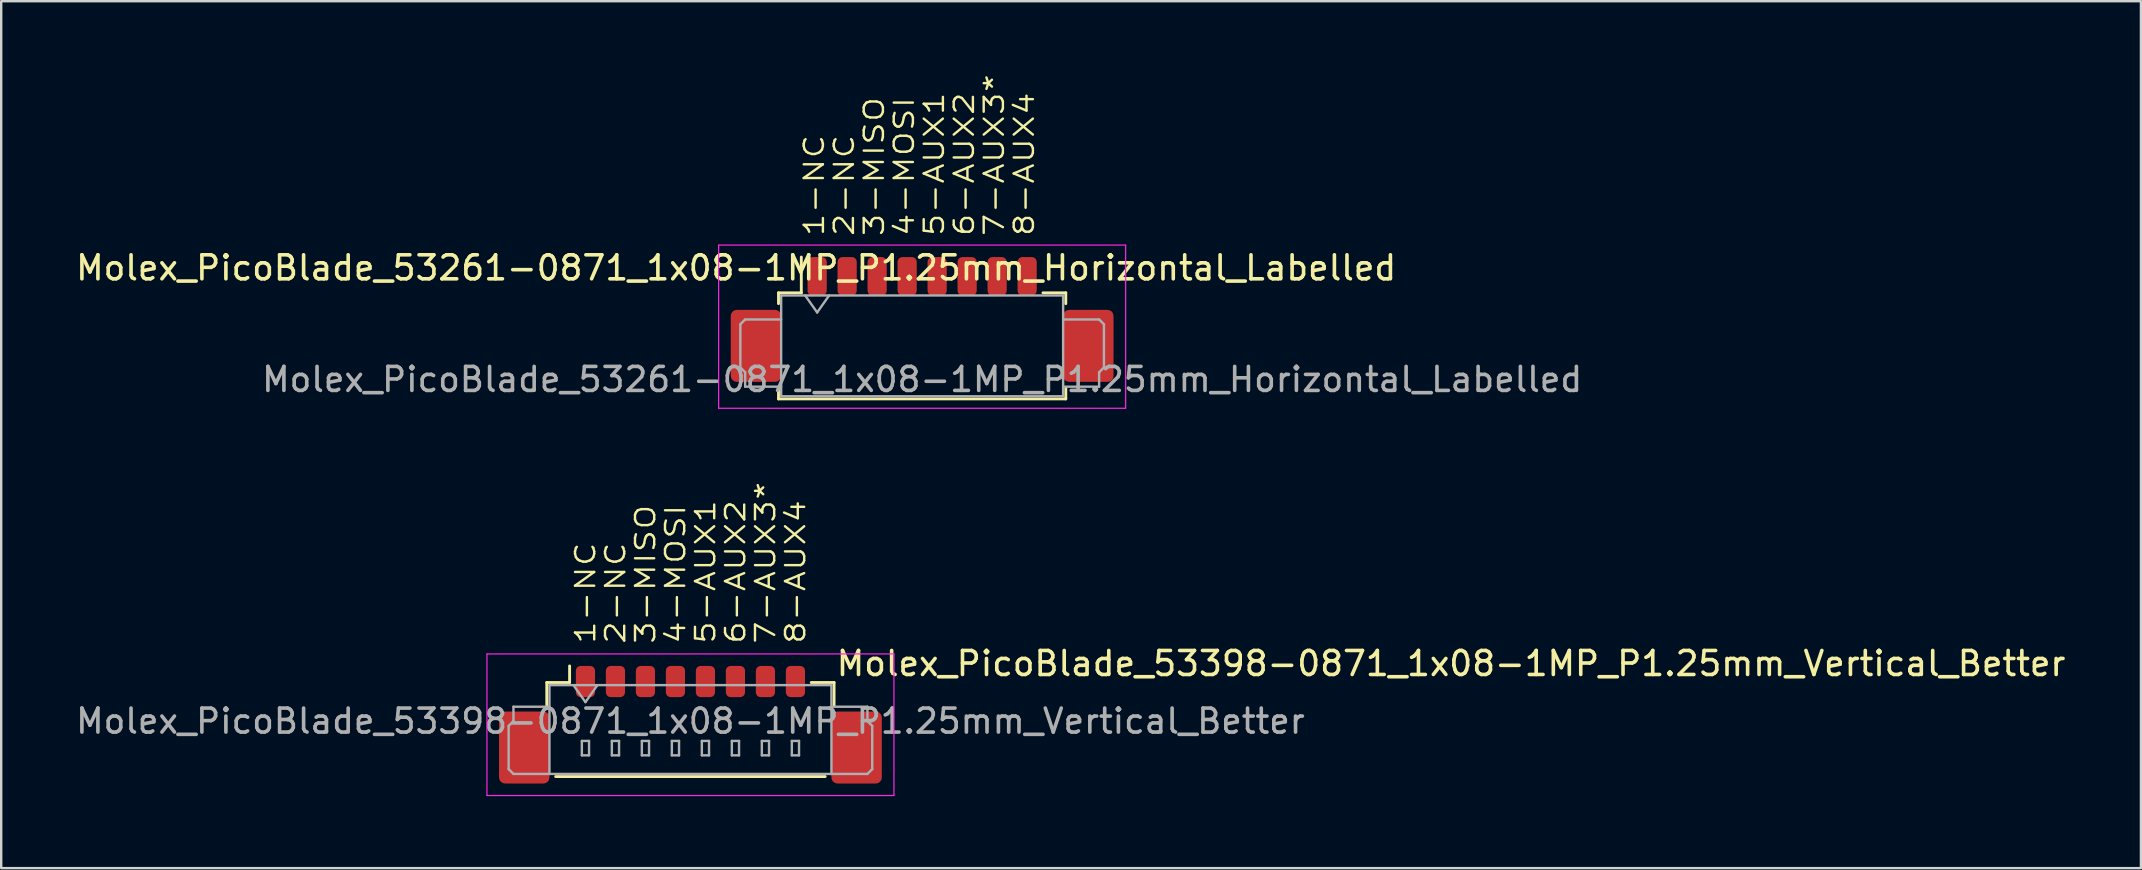
<source format=kicad_pcb>
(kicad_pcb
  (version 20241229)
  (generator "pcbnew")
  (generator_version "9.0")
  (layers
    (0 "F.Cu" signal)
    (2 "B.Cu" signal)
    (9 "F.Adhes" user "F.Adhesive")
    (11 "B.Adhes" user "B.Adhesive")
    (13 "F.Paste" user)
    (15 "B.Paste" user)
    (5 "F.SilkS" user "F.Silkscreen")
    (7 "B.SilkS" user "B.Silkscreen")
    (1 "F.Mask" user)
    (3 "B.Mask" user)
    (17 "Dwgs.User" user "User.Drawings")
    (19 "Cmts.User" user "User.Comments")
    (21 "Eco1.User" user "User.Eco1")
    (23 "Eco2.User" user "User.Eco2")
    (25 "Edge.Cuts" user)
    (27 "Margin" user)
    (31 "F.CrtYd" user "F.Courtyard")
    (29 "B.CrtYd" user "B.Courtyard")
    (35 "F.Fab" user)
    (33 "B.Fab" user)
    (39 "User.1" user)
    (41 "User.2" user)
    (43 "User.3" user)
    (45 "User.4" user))
  (footprint "Molex_PicoBlade_53261-0871_1x08-1MP_P1.25mm_Horizontal_Labelled"
    (layer "F.Cu")
    (at 35.375 10.862)
    (property "Reference" "Molex_PicoBlade_53261-0871_1x08-1MP_P1.25mm_Horizontal_Labelled" (at -7.75 -2.75 0) (layer "F.SilkS") (effects (font (size 1 1) (thickness 0.15))))
    (attr smd)
    (fp_line (start -5.985 -1.71) (end -5.035 -1.71) (stroke (width 0.12) (type solid)) (layer "F.SilkS"))
    (fp_line (start -5.985 -1.26) (end -5.985 -1.71) (stroke (width 0.12) (type solid)) (layer "F.SilkS"))
    (fp_line (start -5.985 2.26) (end -5.985 2.71) (stroke (width 0.12) (type solid)) (layer "F.SilkS"))
    (fp_line (start -5.985 2.71) (end 5.985 2.71) (stroke (width 0.12) (type solid)) (layer "F.SilkS"))
    (fp_line (start -5.035 -1.71) (end -5.035 -3.2) (stroke (width 0.12) (type solid)) (layer "F.SilkS"))
    (fp_line (start 5.985 -1.71) (end 5.035 -1.71) (stroke (width 0.12) (type solid)) (layer "F.SilkS"))
    (fp_line (start 5.985 -1.26) (end 5.985 -1.71) (stroke (width 0.12) (type solid)) (layer "F.SilkS"))
    (fp_line (start 5.985 2.71) (end 5.985 2.26) (stroke (width 0.12) (type solid)) (layer "F.SilkS"))
    (fp_line (start -8.48 -3.7) (end -8.48 3.1) (stroke (width 0.05) (type solid)) (layer "F.CrtYd"))
    (fp_line (start -8.48 3.1) (end 8.48 3.1) (stroke (width 0.05) (type solid)) (layer "F.CrtYd"))
    (fp_line (start 8.48 -3.7) (end -8.48 -3.7) (stroke (width 0.05) (type solid)) (layer "F.CrtYd"))
    (fp_line (start 8.48 3.1) (end 8.48 -3.7) (stroke (width 0.05) (type solid)) (layer "F.CrtYd"))
    (fp_line (start -7.575 -0.4) (end -7.575 1.4) (stroke (width 0.1) (type solid)) (layer "F.Fab"))
    (fp_line (start -7.575 1.4) (end -7.375 1.6) (stroke (width 0.1) (type solid)) (layer "F.Fab"))
    (fp_line (start -7.375 -0.6) (end -7.575 -0.4) (stroke (width 0.1) (type solid)) (layer "F.Fab"))
    (fp_line (start -7.375 1.6) (end -7.375 2.2) (stroke (width 0.1) (type solid)) (layer "F.Fab"))
    (fp_line (start -7.375 2.2) (end -5.875 2.2) (stroke (width 0.1) (type solid)) (layer "F.Fab"))
    (fp_line (start -5.875 -1.6) (end -5.875 2.6) (stroke (width 0.1) (type solid)) (layer "F.Fab"))
    (fp_line (start -5.875 -1.6) (end 5.875 -1.6) (stroke (width 0.1) (type solid)) (layer "F.Fab"))
    (fp_line (start -5.875 -0.6) (end -7.375 -0.6) (stroke (width 0.1) (type solid)) (layer "F.Fab"))
    (fp_line (start -5.875 2.6) (end 5.875 2.6) (stroke (width 0.1) (type solid)) (layer "F.Fab"))
    (fp_line (start -4.875 -1.6) (end -4.375 -0.893) (stroke (width 0.1) (type solid)) (layer "F.Fab"))
    (fp_line (start -4.375 -0.893) (end -3.875 -1.6) (stroke (width 0.1) (type solid)) (layer "F.Fab"))
    (fp_line (start 5.875 -1.6) (end 5.875 2.6) (stroke (width 0.1) (type solid)) (layer "F.Fab"))
    (fp_line (start 5.875 -0.6) (end 7.375 -0.6) (stroke (width 0.1) (type solid)) (layer "F.Fab"))
    (fp_line (start 7.375 -0.6) (end 7.575 -0.4) (stroke (width 0.1) (type solid)) (layer "F.Fab"))
    (fp_line (start 7.375 1.6) (end 7.375 2.2) (stroke (width 0.1) (type solid)) (layer "F.Fab"))
    (fp_line (start 7.375 2.2) (end 5.875 2.2) (stroke (width 0.1) (type solid)) (layer "F.Fab"))
    (fp_line (start 7.575 -0.4) (end 7.575 1.4) (stroke (width 0.1) (type solid)) (layer "F.Fab"))
    (fp_line (start 7.575 1.4) (end 7.375 1.6) (stroke (width 0.1) (type solid)) (layer "F.Fab"))
    (fp_text user "2-NC" (at -3.25 -4 90) (unlocked yes) (layer "F.SilkS") (effects (font (size 0.8 1) (thickness 0.1)) (justify left)))
    (fp_text user "7-AUX3*" (at 3 -4 90) (unlocked yes) (layer "F.SilkS") (effects (font (size 0.8 1) (thickness 0.1)) (justify left)))
    (fp_text user "1-NC" (at -4.5 -4 90) (unlocked yes) (layer "F.SilkS") (effects (font (size 0.8 1) (thickness 0.1)) (justify left)))
    (fp_text user "3-MISO" (at -2 -4 90) (unlocked yes) (layer "F.SilkS") (effects (font (size 0.8 1) (thickness 0.1)) (justify left)))
    (fp_text user "4-MOSI" (at -0.75 -4 90) (unlocked yes) (layer "F.SilkS") (effects (font (size 0.8 1) (thickness 0.1)) (justify left)))
    (fp_text user "8-AUX4" (at 4.25 -4 90) (unlocked yes) (layer "F.SilkS") (effects (font (size 0.8 1) (thickness 0.1)) (justify left)))
    (fp_text user "5-AUX1" (at 0.5 -4 90) (unlocked yes) (layer "F.SilkS") (effects (font (size 0.8 1) (thickness 0.1)) (justify left)))
    (fp_text user "6-AUX2" (at 1.75 -4 90) (unlocked yes) (layer "F.SilkS") (effects (font (size 0.8 1) (thickness 0.1)) (justify left)))
    (fp_text user "${REFERENCE}" (at 0 1.9 0) (layer "F.Fab") (effects (font (size 1 1) (thickness 0.15))))
    (pad "1" smd roundrect (at -4.375 -2.4) (size 0.8 1.6) (layers "F.Cu" "F.Mask" "F.Paste") (roundrect_rratio 0.25))
    (pad "2" smd roundrect (at -3.125 -2.4) (size 0.8 1.6) (layers "F.Cu" "F.Mask" "F.Paste") (roundrect_rratio 0.25))
    (pad "3" smd roundrect (at -1.875 -2.4) (size 0.8 1.6) (layers "F.Cu" "F.Mask" "F.Paste") (roundrect_rratio 0.25))
    (pad "4" smd roundrect (at -0.625 -2.4) (size 0.8 1.6) (layers "F.Cu" "F.Mask" "F.Paste") (roundrect_rratio 0.25))
    (pad "5" smd roundrect (at 0.625 -2.4) (size 0.8 1.6) (layers "F.Cu" "F.Mask" "F.Paste") (roundrect_rratio 0.25))
    (pad "6" smd roundrect (at 1.875 -2.4) (size 0.8 1.6) (layers "F.Cu" "F.Mask" "F.Paste") (roundrect_rratio 0.25))
    (pad "7" smd roundrect (at 3.125 -2.4) (size 0.8 1.6) (layers "F.Cu" "F.Mask" "F.Paste") (roundrect_rratio 0.25))
    (pad "8" smd roundrect (at 4.375 -2.4) (size 0.8 1.6) (layers "F.Cu" "F.Mask" "F.Paste") (roundrect_rratio 0.25))
    (pad "MP" smd roundrect (at -6.925 0.5) (size 2.1 3) (layers "F.Cu" "F.Mask" "F.Paste") (roundrect_rratio 0.119))
    (pad "MP" smd roundrect (at 6.925 0.5) (size 2.1 3) (layers "F.Cu" "F.Mask" "F.Paste") (roundrect_rratio 0.119)))
  (footprint "Molex_PicoBlade_53398-0871_1x08-1MP_P1.25mm_Vertical_Better"
    (layer "F.Cu")
    (at 25.72 26.599)
    (property "Reference" "Molex_PicoBlade_53398-0871_1x08-1MP_P1.25mm_Vertical_Better" (at 6 -2 0) (layer "F.SilkS") (effects (font (size 1 1) (thickness 0.15)) (justify left)))
    (attr smd)
    (fp_line (start -5.985 -1.21) (end -5.035 -1.21) (stroke (width 0.12) (type solid)) (layer "F.SilkS"))
    (fp_line (start -5.985 -0.26) (end -5.985 -1.21) (stroke (width 0.12) (type solid)) (layer "F.SilkS"))
    (fp_line (start -5.615 2.71) (end 5.615 2.71) (stroke (width 0.12) (type solid)) (layer "F.SilkS"))
    (fp_line (start -5.035 -1.21) (end -5.035 -1.9) (stroke (width 0.12) (type solid)) (layer "F.SilkS"))
    (fp_line (start 5.985 -1.21) (end 5.035 -1.21) (stroke (width 0.12) (type solid)) (layer "F.SilkS"))
    (fp_line (start 5.985 -0.26) (end 5.985 -1.21) (stroke (width 0.12) (type solid)) (layer "F.SilkS"))
    (fp_line (start -8.48 -2.4) (end -8.48 3.5) (stroke (width 0.05) (type solid)) (layer "F.CrtYd"))
    (fp_line (start -8.48 3.5) (end 8.48 3.5) (stroke (width 0.05) (type solid)) (layer "F.CrtYd"))
    (fp_line (start 8.48 -2.4) (end -8.48 -2.4) (stroke (width 0.05) (type solid)) (layer "F.CrtYd"))
    (fp_line (start 8.48 3.5) (end 8.48 -2.4) (stroke (width 0.05) (type solid)) (layer "F.CrtYd"))
    (fp_line (start -7.575 0.6) (end -7.375 0.4) (stroke (width 0.1) (type solid)) (layer "F.Fab"))
    (fp_line (start -7.575 2.4) (end -7.575 0.6) (stroke (width 0.1) (type solid)) (layer "F.Fab"))
    (fp_line (start -7.375 -0.2) (end -5.875 -0.2) (stroke (width 0.1) (type solid)) (layer "F.Fab"))
    (fp_line (start -7.375 0.4) (end -7.375 -0.2) (stroke (width 0.1) (type solid)) (layer "F.Fab"))
    (fp_line (start -7.375 2.6) (end -7.575 2.4) (stroke (width 0.1) (type solid)) (layer "F.Fab"))
    (fp_line (start -5.875 -1.1) (end -5.875 2.6) (stroke (width 0.1) (type solid)) (layer "F.Fab"))
    (fp_line (start -5.875 -1.1) (end 5.875 -1.1) (stroke (width 0.1) (type solid)) (layer "F.Fab"))
    (fp_line (start -5.875 2.6) (end -7.375 2.6) (stroke (width 0.1) (type solid)) (layer "F.Fab"))
    (fp_line (start -5.875 2.6) (end 5.875 2.6) (stroke (width 0.1) (type solid)) (layer "F.Fab"))
    (fp_line (start -4.875 -1.1) (end -4.375 -0.393) (stroke (width 0.1) (type solid)) (layer "F.Fab"))
    (fp_line (start -4.525 1.225) (end -4.525 1.825) (stroke (width 0.1) (type solid)) (layer "F.Fab"))
    (fp_line (start -4.525 1.825) (end -4.225 1.825) (stroke (width 0.1) (type solid)) (layer "F.Fab"))
    (fp_line (start -4.375 -0.393) (end -3.875 -1.1) (stroke (width 0.1) (type solid)) (layer "F.Fab"))
    (fp_line (start -4.225 1.225) (end -4.525 1.225) (stroke (width 0.1) (type solid)) (layer "F.Fab"))
    (fp_line (start -4.225 1.825) (end -4.225 1.225) (stroke (width 0.1) (type solid)) (layer "F.Fab"))
    (fp_line (start -3.275 1.225) (end -3.275 1.825) (stroke (width 0.1) (type solid)) (layer "F.Fab"))
    (fp_line (start -3.275 1.825) (end -2.975 1.825) (stroke (width 0.1) (type solid)) (layer "F.Fab"))
    (fp_line (start -2.975 1.225) (end -3.275 1.225) (stroke (width 0.1) (type solid)) (layer "F.Fab"))
    (fp_line (start -2.975 1.825) (end -2.975 1.225) (stroke (width 0.1) (type solid)) (layer "F.Fab"))
    (fp_line (start -2.025 1.225) (end -2.025 1.825) (stroke (width 0.1) (type solid)) (layer "F.Fab"))
    (fp_line (start -2.025 1.825) (end -1.725 1.825) (stroke (width 0.1) (type solid)) (layer "F.Fab"))
    (fp_line (start -1.725 1.225) (end -2.025 1.225) (stroke (width 0.1) (type solid)) (layer "F.Fab"))
    (fp_line (start -1.725 1.825) (end -1.725 1.225) (stroke (width 0.1) (type solid)) (layer "F.Fab"))
    (fp_line (start -0.775 1.225) (end -0.775 1.825) (stroke (width 0.1) (type solid)) (layer "F.Fab"))
    (fp_line (start -0.775 1.825) (end -0.475 1.825) (stroke (width 0.1) (type solid)) (layer "F.Fab"))
    (fp_line (start -0.475 1.225) (end -0.775 1.225) (stroke (width 0.1) (type solid)) (layer "F.Fab"))
    (fp_line (start -0.475 1.825) (end -0.475 1.225) (stroke (width 0.1) (type solid)) (layer "F.Fab"))
    (fp_line (start 0.475 1.225) (end 0.475 1.825) (stroke (width 0.1) (type solid)) (layer "F.Fab"))
    (fp_line (start 0.475 1.825) (end 0.775 1.825) (stroke (width 0.1) (type solid)) (layer "F.Fab"))
    (fp_line (start 0.775 1.225) (end 0.475 1.225) (stroke (width 0.1) (type solid)) (layer "F.Fab"))
    (fp_line (start 0.775 1.825) (end 0.775 1.225) (stroke (width 0.1) (type solid)) (layer "F.Fab"))
    (fp_line (start 1.725 1.225) (end 1.725 1.825) (stroke (width 0.1) (type solid)) (layer "F.Fab"))
    (fp_line (start 1.725 1.825) (end 2.025 1.825) (stroke (width 0.1) (type solid)) (layer "F.Fab"))
    (fp_line (start 2.025 1.225) (end 1.725 1.225) (stroke (width 0.1) (type solid)) (layer "F.Fab"))
    (fp_line (start 2.025 1.825) (end 2.025 1.225) (stroke (width 0.1) (type solid)) (layer "F.Fab"))
    (fp_line (start 2.975 1.225) (end 2.975 1.825) (stroke (width 0.1) (type solid)) (layer "F.Fab"))
    (fp_line (start 2.975 1.825) (end 3.275 1.825) (stroke (width 0.1) (type solid)) (layer "F.Fab"))
    (fp_line (start 3.275 1.225) (end 2.975 1.225) (stroke (width 0.1) (type solid)) (layer "F.Fab"))
    (fp_line (start 3.275 1.825) (end 3.275 1.225) (stroke (width 0.1) (type solid)) (layer "F.Fab"))
    (fp_line (start 4.225 1.225) (end 4.225 1.825) (stroke (width 0.1) (type solid)) (layer "F.Fab"))
    (fp_line (start 4.225 1.825) (end 4.525 1.825) (stroke (width 0.1) (type solid)) (layer "F.Fab"))
    (fp_line (start 4.525 1.225) (end 4.225 1.225) (stroke (width 0.1) (type solid)) (layer "F.Fab"))
    (fp_line (start 4.525 1.825) (end 4.525 1.225) (stroke (width 0.1) (type solid)) (layer "F.Fab"))
    (fp_line (start 5.875 -1.1) (end 5.875 2.6) (stroke (width 0.1) (type solid)) (layer "F.Fab"))
    (fp_line (start 5.875 2.6) (end 7.375 2.6) (stroke (width 0.1) (type solid)) (layer "F.Fab"))
    (fp_line (start 7.375 -0.2) (end 5.875 -0.2) (stroke (width 0.1) (type solid)) (layer "F.Fab"))
    (fp_line (start 7.375 0.4) (end 7.375 -0.2) (stroke (width 0.1) (type solid)) (layer "F.Fab"))
    (fp_line (start 7.375 2.6) (end 7.575 2.4) (stroke (width 0.1) (type solid)) (layer "F.Fab"))
    (fp_line (start 7.575 0.6) (end 7.375 0.4) (stroke (width 0.1) (type solid)) (layer "F.Fab"))
    (fp_line (start 7.575 2.4) (end 7.575 0.6) (stroke (width 0.1) (type solid)) (layer "F.Fab"))
    (fp_text user "5-AUX1" (at 0.625 -2.75 90) (unlocked yes) (layer "F.SilkS") (effects (font (size 0.8 1) (thickness 0.1)) (justify left)))
    (fp_text user "7-AUX3*" (at 3.125 -2.75 90) (unlocked yes) (layer "F.SilkS") (effects (font (size 0.8 1) (thickness 0.1)) (justify left)))
    (fp_text user "6-AUX2" (at 1.875 -2.75 90) (unlocked yes) (layer "F.SilkS") (effects (font (size 0.8 1) (thickness 0.1)) (justify left)))
    (fp_text user "8-AUX4" (at 4.375 -2.75 90) (unlocked yes) (layer "F.SilkS") (effects (font (size 0.8 1) (thickness 0.1)) (justify left)))
    (fp_text user "2-NC" (at -3.125 -2.75 90) (unlocked yes) (layer "F.SilkS") (effects (font (size 0.8 1) (thickness 0.1)) (justify left)))
    (fp_text user "3-MISO" (at -1.875 -2.75 90) (unlocked yes) (layer "F.SilkS") (effects (font (size 0.8 1) (thickness 0.1)) (justify left)))
    (fp_text user "4-MOSI" (at -0.625 -2.75 90) (unlocked yes) (layer "F.SilkS") (effects (font (size 0.8 1) (thickness 0.1)) (justify left)))
    (fp_text user "1-NC" (at -4.375 -2.75 90) (unlocked yes) (layer "F.SilkS") (effects (font (size 0.8 1) (thickness 0.1)) (justify left)))
    (fp_text user "${REFERENCE}" (at 0 0.4 0) (layer "F.Fab") (effects (font (size 1 1) (thickness 0.15))))
    (pad "1" smd roundrect (at -4.375 -1.25) (size 0.8 1.3) (layers "F.Cu" "F.Mask" "F.Paste") (roundrect_rratio 0.25))
    (pad "2" smd roundrect (at -3.125 -1.25) (size 0.8 1.3) (layers "F.Cu" "F.Mask" "F.Paste") (roundrect_rratio 0.25))
    (pad "3" smd roundrect (at -1.875 -1.25) (size 0.8 1.3) (layers "F.Cu" "F.Mask" "F.Paste") (roundrect_rratio 0.25))
    (pad "4" smd roundrect (at -0.625 -1.25) (size 0.8 1.3) (layers "F.Cu" "F.Mask" "F.Paste") (roundrect_rratio 0.25))
    (pad "5" smd roundrect (at 0.625 -1.25) (size 0.8 1.3) (layers "F.Cu" "F.Mask" "F.Paste") (roundrect_rratio 0.25))
    (pad "6" smd roundrect (at 1.875 -1.25) (size 0.8 1.3) (layers "F.Cu" "F.Mask" "F.Paste") (roundrect_rratio 0.25))
    (pad "7" smd roundrect (at 3.125 -1.25) (size 0.8 1.3) (layers "F.Cu" "F.Mask" "F.Paste") (roundrect_rratio 0.25))
    (pad "8" smd roundrect (at 4.375 -1.25) (size 0.8 1.3) (layers "F.Cu" "F.Mask" "F.Paste") (roundrect_rratio 0.25))
    (pad "MP" smd roundrect (at -6.925 1.5) (size 2.1 3) (layers "F.Cu" "F.Mask" "F.Paste") (roundrect_rratio 0.119))
    (pad "MP" smd roundrect (at 6.925 1.5) (size 2.1 3) (layers "F.Cu" "F.Mask" "F.Paste") (roundrect_rratio 0.119)))
  (gr_rect
    (start -3 -3)
    (end 86.161 33.124)
    (stroke (width 0.1) (type default))
    (fill no)
    (layer "Edge.Cuts")))
</source>
